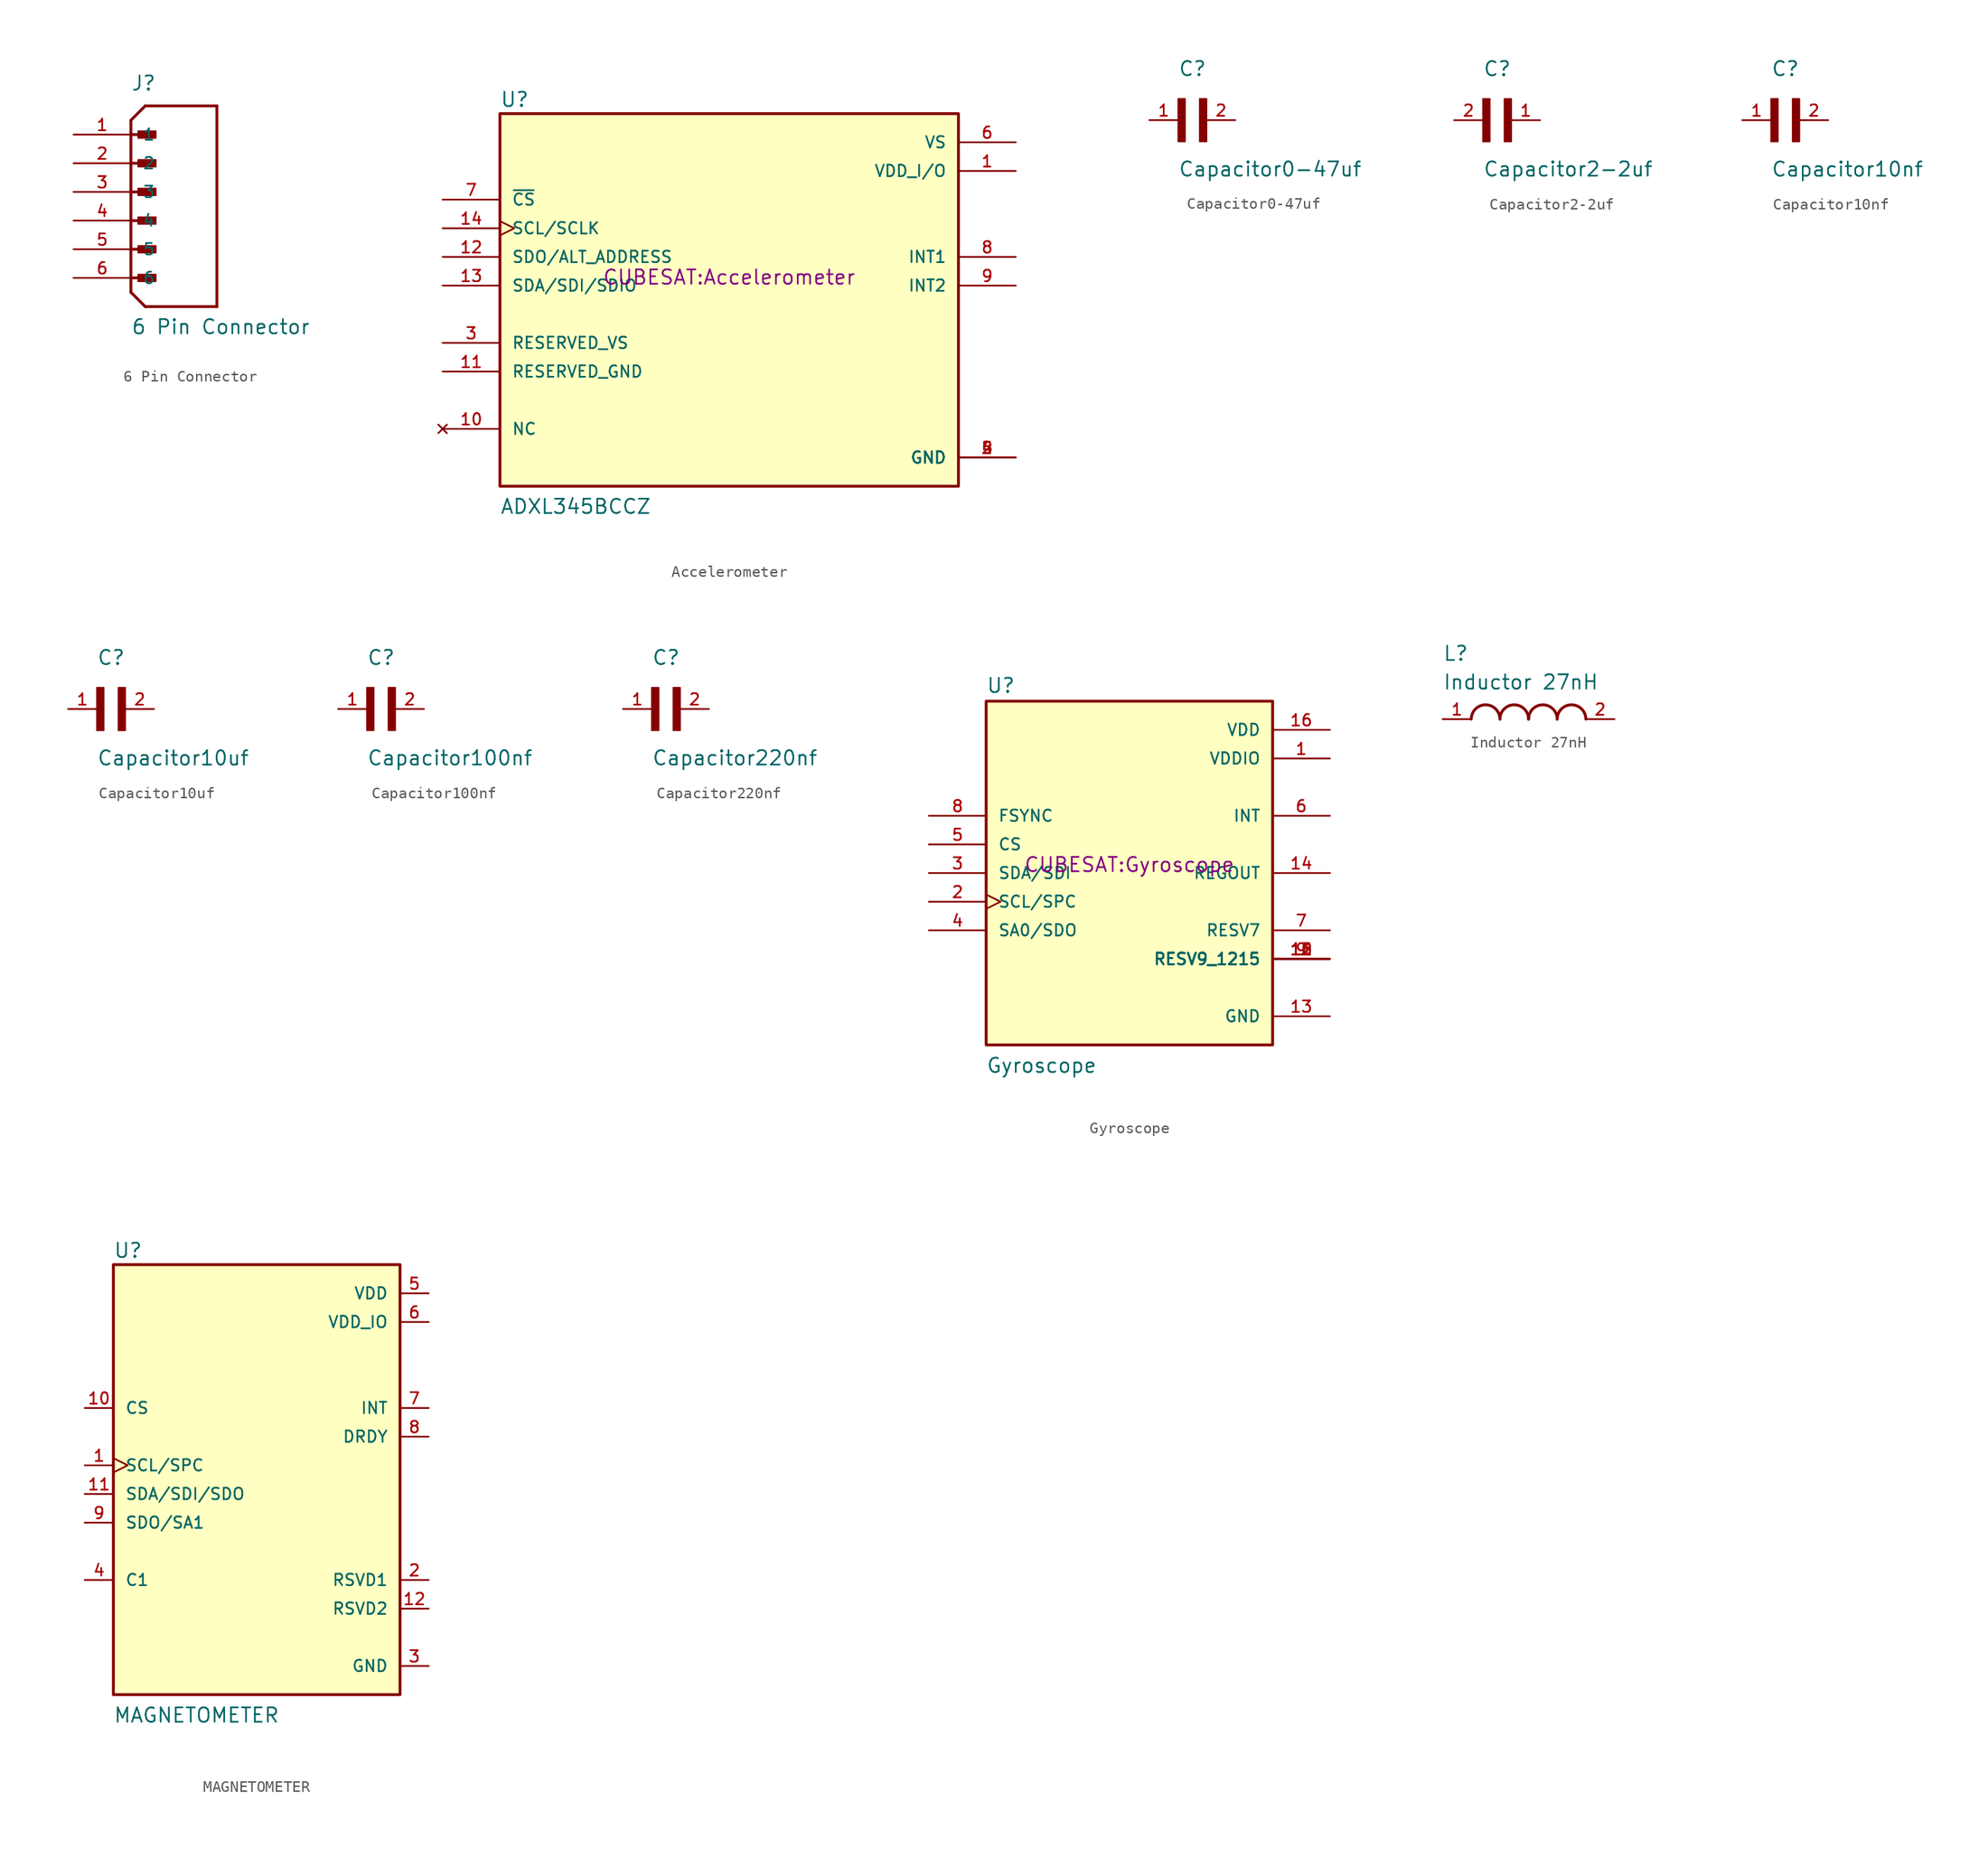
<source format=kicad_sym>
(kicad_symbol_lib
  (version 20220914)
  (generator kicad_symbol_editor)
  (symbol "6 Pin Connector"
    (pin_names
      (offset 1.016))
    (property "Reference" "J"
      (at 0 11.43 0)
      (effects (font (size 1.27 1.27)) (justify left bottom)))
    (property "Value" "6 Pin Connector"
      (at 0 -10.16 0)
      (effects (font (size 1.27 1.27)) (justify left bottom)))
    (symbol "6 Pin Connector_0_0"
      (polyline (pts (xy 0 -6.35) (xy 1.27 -7.62)) (stroke (width 0.254) (type default)) (fill (type none)))
      (polyline (pts (xy 0 -5.08) (xy 1.905 -5.08)) (stroke (width 0.254) (type default)) (fill (type none)))
      (polyline (pts (xy 0 -2.54) (xy 1.905 -2.54)) (stroke (width 0.254) (type default)) (fill (type none)))
      (polyline (pts (xy 0 0) (xy 1.905 0)) (stroke (width 0.254) (type default)) (fill (type none)))
      (polyline (pts (xy 0 2.54) (xy 1.905 2.54)) (stroke (width 0.254) (type default)) (fill (type none)))
      (polyline (pts (xy 0 5.08) (xy 1.905 5.08)) (stroke (width 0.254) (type default)) (fill (type none)))
      (polyline (pts (xy 0 7.62) (xy 1.905 7.62)) (stroke (width 0.254) (type default)) (fill (type none)))
      (polyline (pts (xy 0 8.89) (xy 0 -6.35)) (stroke (width 0.254) (type default)) (fill (type none)))
      (polyline (pts (xy 0 8.89) (xy 1.27 10.16)) (stroke (width 0.254) (type default)) (fill (type none)))
      (polyline (pts (xy 1.27 -7.62) (xy 7.62 -7.62)) (stroke (width 0.254) (type default)) (fill (type none)))
      (polyline (pts (xy 7.62 -7.62) (xy 7.62 10.16)) (stroke (width 0.254) (type default)) (fill (type none)))
      (polyline (pts (xy 7.62 10.16) (xy 1.27 10.16)) (stroke (width 0.254) (type default)) (fill (type none)))
      (rectangle (start 0.635 -5.397) (end 2.223 -4.763) (stroke (width 0.1) (type default)) (fill (type outline)))
      (rectangle (start 0.635 -2.857) (end 2.223 -2.223) (stroke (width 0.1) (type default)) (fill (type outline)))
      (rectangle (start 0.635 -0.318) (end 2.223 0.318) (stroke (width 0.1) (type default)) (fill (type outline)))
      (rectangle (start 0.635 2.223) (end 2.223 2.857) (stroke (width 0.1) (type default)) (fill (type outline)))
      (rectangle (start 0.635 4.763) (end 2.223 5.397) (stroke (width 0.1) (type default)) (fill (type outline)))
      (rectangle (start 0.635 7.303) (end 2.223 7.938) (stroke (width 0.1) (type default)) (fill (type outline)))
      (pin passive line (at -5.08 7.62 0) (length 5.08) (name "1" (effects (font (size 1.016 1.016)))) (number "1" (effects (font (size 1.016 1.016)))))
      (pin passive line (at -5.08 5.08 0) (length 5.08) (name "2" (effects (font (size 1.016 1.016)))) (number "2" (effects (font (size 1.016 1.016)))))
      (pin passive line (at -5.08 2.54 0) (length 5.08) (name "3" (effects (font (size 1.016 1.016)))) (number "3" (effects (font (size 1.016 1.016)))))
      (pin passive line (at -5.08 0 0) (length 5.08) (name "4" (effects (font (size 1.016 1.016)))) (number "4" (effects (font (size 1.016 1.016)))))
      (pin passive line (at -5.08 -2.54 0) (length 5.08) (name "5" (effects (font (size 1.016 1.016)))) (number "5" (effects (font (size 1.016 1.016)))))
      (pin passive line (at -5.08 -5.08 0) (length 5.08) (name "6" (effects (font (size 1.016 1.016)))) (number "6" (effects (font (size 1.016 1.016)))))))
  (symbol "Accelerometer"
    (pin_names
      (offset 1.016))
    (property "Reference" "U"
      (at -20.32 15.748 0)
      (effects (font (size 1.27 1.27)) (justify left bottom)))
    (property "Value" "ADXL345BCCZ"
      (at -20.32 -20.32 0)
      (effects (font (size 1.27 1.27)) (justify left bottom)))
    (property "Footprint" "CUBESAT:Accelerometer"
      (at 0 0 0)
      (effects (font (size 1.27 1.27)) (justify bottom)))
    (symbol "Accelerometer_0_0"
      (rectangle (start -20.32 15.24) (end 20.32 -17.78) (stroke (width 0.254) (type default)) (fill (type background)))
      (pin power_in line (at 25.4 10.16 180) (length 5.08) (name "VDD_I/O" (effects (font (size 1.016 1.016)))) (number "1" (effects (font (size 1.016 1.016)))))
      (pin no_connect line (at -25.4 -12.7 0) (length 5.08) (name "NC" (effects (font (size 1.016 1.016)))) (number "10" (effects (font (size 1.016 1.016)))))
      (pin passive line (at -25.4 -7.62 0) (length 5.08) (name "RESERVED_GND" (effects (font (size 1.016 1.016)))) (number "11" (effects (font (size 1.016 1.016)))))
      (pin bidirectional line (at -25.4 2.54 0) (length 5.08) (name "SDO/ALT_ADDRESS" (effects (font (size 1.016 1.016)))) (number "12" (effects (font (size 1.016 1.016)))))
      (pin bidirectional line (at -25.4 0 0) (length 5.08) (name "SDA/SDI/SDIO" (effects (font (size 1.016 1.016)))) (number "13" (effects (font (size 1.016 1.016)))))
      (pin input clock (at -25.4 5.08 0) (length 5.08) (name "SCL/SCLK" (effects (font (size 1.016 1.016)))) (number "14" (effects (font (size 1.016 1.016)))))
      (pin power_in line (at 25.4 -15.24 180) (length 5.08) (name "GND" (effects (font (size 1.016 1.016)))) (number "2" (effects (font (size 1.016 1.016)))))
      (pin passive line (at -25.4 -5.08 0) (length 5.08) (name "RESERVED_VS" (effects (font (size 1.016 1.016)))) (number "3" (effects (font (size 1.016 1.016)))))
      (pin power_in line (at 25.4 -15.24 180) (length 5.08) (name "GND" (effects (font (size 1.016 1.016)))) (number "4" (effects (font (size 1.016 1.016)))))
      (pin power_in line (at 25.4 -15.24 180) (length 5.08) (name "GND" (effects (font (size 1.016 1.016)))) (number "5" (effects (font (size 1.016 1.016)))))
      (pin power_in line (at 25.4 12.7 180) (length 5.08) (name "VS" (effects (font (size 1.016 1.016)))) (number "6" (effects (font (size 1.016 1.016)))))
      (pin input line (at -25.4 7.62 0) (length 5.08) (name "~{CS}" (effects (font (size 1.016 1.016)))) (number "7" (effects (font (size 1.016 1.016)))))
      (pin output line (at 25.4 2.54 180) (length 5.08) (name "INT1" (effects (font (size 1.016 1.016)))) (number "8" (effects (font (size 1.016 1.016)))))
      (pin output line (at 25.4 0 180) (length 5.08) (name "INT2" (effects (font (size 1.016 1.016)))) (number "9" (effects (font (size 1.016 1.016)))))))
  (symbol "Capacitor0-47uf"
    (pin_names
      (offset 1.016))
    (property "Reference" "C"
      (at 0 3.811 0)
      (effects (font (size 1.27 1.27)) (justify left bottom)))
    (property "Value" "Capacitor0-47uf"
      (at 0 -5.088 0)
      (effects (font (size 1.27 1.27)) (justify left bottom)))
    (symbol "Capacitor0-47uf_0_0"
      (rectangle (start 0 -1.907) (end 0.635 1.905) (stroke (width 0.1) (type default)) (fill (type outline)))
      (rectangle (start 1.907 -1.907) (end 2.54 1.905) (stroke (width 0.1) (type default)) (fill (type outline)))
      (pin passive line (at -2.54 0 0) (length 2.54) (name "~" (effects (font (size 1.016 1.016)))) (number "1" (effects (font (size 1.016 1.016)))))
      (pin passive line (at 5.08 0 180) (length 2.54) (name "~" (effects (font (size 1.016 1.016)))) (number "2" (effects (font (size 1.016 1.016)))))))
  (symbol "Capacitor2-2uf"
    (pin_names
      (offset 1.016))
    (property "Reference" "C"
      (at 0 3.81 0)
      (effects (font (size 1.27 1.27)) (justify left bottom)))
    (property "Value" "Capacitor2-2uf"
      (at 0 -5.08 0)
      (effects (font (size 1.27 1.27)) (justify left bottom)))
    (symbol "Capacitor2-2uf_0_0"
      (rectangle (start 0 1.905) (end 0.635 -1.905) (stroke (width 0.1) (type default)) (fill (type outline)))
      (rectangle (start 1.905 -1.905) (end 2.54 1.905) (stroke (width 0.1) (type default)) (fill (type outline)))
      (pin passive line (at 5.08 0 180) (length 2.54) (name "~" (effects (font (size 1.016 1.016)))) (number "1" (effects (font (size 1.016 1.016)))))
      (pin passive line (at -2.54 0 0) (length 2.54) (name "~" (effects (font (size 1.016 1.016)))) (number "2" (effects (font (size 1.016 1.016)))))))
  (symbol "Capacitor10nf"
    (pin_names
      (offset 1.016))
    (property "Reference" "C"
      (at 0 3.811 0)
      (effects (font (size 1.27 1.27)) (justify left bottom)))
    (property "Value" "Capacitor10nf"
      (at 0 -5.088 0)
      (effects (font (size 1.27 1.27)) (justify left bottom)))
    (symbol "Capacitor10nf_0_0"
      (rectangle (start 0 -1.907) (end 0.635 1.905) (stroke (width 0.1) (type default)) (fill (type outline)))
      (rectangle (start 1.907 -1.907) (end 2.54 1.905) (stroke (width 0.1) (type default)) (fill (type outline)))
      (pin passive line (at -2.54 0 0) (length 2.54) (name "~" (effects (font (size 1.016 1.016)))) (number "1" (effects (font (size 1.016 1.016)))))
      (pin passive line (at 5.08 0 180) (length 2.54) (name "~" (effects (font (size 1.016 1.016)))) (number "2" (effects (font (size 1.016 1.016)))))))
  (symbol "Capacitor10uf"
    (pin_names
      (offset 1.016))
    (property "Reference" "C"
      (at 0 3.811 0)
      (effects (font (size 1.27 1.27)) (justify left bottom)))
    (property "Value" "Capacitor10uf"
      (at 0 -5.088 0)
      (effects (font (size 1.27 1.27)) (justify left bottom)))
    (symbol "Capacitor10uf_0_0"
      (rectangle (start 0 -1.907) (end 0.635 1.905) (stroke (width 0.1) (type default)) (fill (type outline)))
      (rectangle (start 1.907 -1.907) (end 2.54 1.905) (stroke (width 0.1) (type default)) (fill (type outline)))
      (pin passive line (at -2.54 0 0) (length 2.54) (name "~" (effects (font (size 1.016 1.016)))) (number "1" (effects (font (size 1.016 1.016)))))
      (pin passive line (at 5.08 0 180) (length 2.54) (name "~" (effects (font (size 1.016 1.016)))) (number "2" (effects (font (size 1.016 1.016)))))))
  (symbol "Capacitor100nf"
    (pin_names
      (offset 1.016))
    (property "Reference" "C"
      (at 0 3.811 0)
      (effects (font (size 1.27 1.27)) (justify left bottom)))
    (property "Value" "Capacitor100nf"
      (at 0 -5.088 0)
      (effects (font (size 1.27 1.27)) (justify left bottom)))
    (symbol "Capacitor100nf_0_0"
      (rectangle (start 0 -1.907) (end 0.635 1.905) (stroke (width 0.1) (type default)) (fill (type outline)))
      (rectangle (start 1.907 -1.907) (end 2.54 1.905) (stroke (width 0.1) (type default)) (fill (type outline)))
      (pin passive line (at -2.54 0 0) (length 2.54) (name "~" (effects (font (size 1.016 1.016)))) (number "1" (effects (font (size 1.016 1.016)))))
      (pin passive line (at 5.08 0 180) (length 2.54) (name "~" (effects (font (size 1.016 1.016)))) (number "2" (effects (font (size 1.016 1.016)))))))
  (symbol "Capacitor220nf"
    (pin_names
      (offset 1.016))
    (property "Reference" "C"
      (at 0 3.811 0)
      (effects (font (size 1.27 1.27)) (justify left bottom)))
    (property "Value" "Capacitor220nf"
      (at 0 -5.088 0)
      (effects (font (size 1.27 1.27)) (justify left bottom)))
    (symbol "Capacitor220nf_0_0"
      (rectangle (start 0 -1.907) (end 0.635 1.905) (stroke (width 0.1) (type default)) (fill (type outline)))
      (rectangle (start 1.907 -1.907) (end 2.54 1.905) (stroke (width 0.1) (type default)) (fill (type outline)))
      (pin passive line (at -2.54 0 0) (length 2.54) (name "~" (effects (font (size 1.016 1.016)))) (number "1" (effects (font (size 1.016 1.016)))))
      (pin passive line (at 5.08 0 180) (length 2.54) (name "~" (effects (font (size 1.016 1.016)))) (number "2" (effects (font (size 1.016 1.016)))))))
  (symbol "Gyroscope"
    (pin_names
      (offset 1.016))
    (property "Reference" "U"
      (at -12.709 15.886 0)
      (effects (font (size 1.27 1.27)) (justify left bottom)))
    (property "Value" "Gyroscope"
      (at -12.72 -17.808 0)
      (effects (font (size 1.27 1.27)) (justify left bottom)))
    (property "Footprint" "CUBESAT:Gyroscope"
      (at 0 0 0)
      (effects (font (size 1.27 1.27)) (justify bottom)))
    (symbol "Gyroscope_0_0"
      (rectangle (start -12.7 -15.24) (end 12.7 15.24) (stroke (width 0.254) (type default)) (fill (type background)))
      (pin power_in line (at 17.78 10.16 180) (length 5.08) (name "VDDIO" (effects (font (size 1.016 1.016)))) (number "1" (effects (font (size 1.016 1.016)))))
      (pin passive line (at 17.78 -7.62 180) (length 5.08) (name "RESV9_1215" (effects (font (size 1.016 1.016)))) (number "10" (effects (font (size 1.016 1.016)))))
      (pin passive line (at 17.78 -7.62 180) (length 5.08) (name "RESV9_1215" (effects (font (size 1.016 1.016)))) (number "11" (effects (font (size 1.016 1.016)))))
      (pin passive line (at 17.78 -7.62 180) (length 5.08) (name "RESV9_1215" (effects (font (size 1.016 1.016)))) (number "12" (effects (font (size 1.016 1.016)))))
      (pin power_in line (at 17.78 -12.7 180) (length 5.08) (name "GND" (effects (font (size 1.016 1.016)))) (number "13" (effects (font (size 1.016 1.016)))))
      (pin passive line (at 17.78 0 180) (length 5.08) (name "REGOUT" (effects (font (size 1.016 1.016)))) (number "14" (effects (font (size 1.016 1.016)))))
      (pin passive line (at 17.78 -7.62 180) (length 5.08) (name "RESV9_1215" (effects (font (size 1.016 1.016)))) (number "15" (effects (font (size 1.016 1.016)))))
      (pin power_in line (at 17.78 12.7 180) (length 5.08) (name "VDD" (effects (font (size 1.016 1.016)))) (number "16" (effects (font (size 1.016 1.016)))))
      (pin bidirectional clock (at -17.78 -2.54 0) (length 5.08) (name "SCL/SPC" (effects (font (size 1.016 1.016)))) (number "2" (effects (font (size 1.016 1.016)))))
      (pin input line (at -17.78 0 0) (length 5.08) (name "SDA/SDI" (effects (font (size 1.016 1.016)))) (number "3" (effects (font (size 1.016 1.016)))))
      (pin output line (at -17.78 -5.08 0) (length 5.08) (name "SA0/SDO" (effects (font (size 1.016 1.016)))) (number "4" (effects (font (size 1.016 1.016)))))
      (pin input line (at -17.78 2.54 0) (length 5.08) (name "CS" (effects (font (size 1.016 1.016)))) (number "5" (effects (font (size 1.016 1.016)))))
      (pin output line (at 17.78 5.08 180) (length 5.08) (name "INT" (effects (font (size 1.016 1.016)))) (number "6" (effects (font (size 1.016 1.016)))))
      (pin passive line (at 17.78 -5.08 180) (length 5.08) (name "RESV7" (effects (font (size 1.016 1.016)))) (number "7" (effects (font (size 1.016 1.016)))))
      (pin input line (at -17.78 5.08 0) (length 5.08) (name "FSYNC" (effects (font (size 1.016 1.016)))) (number "8" (effects (font (size 1.016 1.016)))))
      (pin passive line (at 17.78 -7.62 180) (length 5.08) (name "RESV9_1215" (effects (font (size 1.016 1.016)))) (number "9" (effects (font (size 1.016 1.016)))))))
  (symbol "Inductor 27nH"
    (pin_names
      (offset 1.016))
    (property "Reference" "L"
      (at -7.62 5.08 0)
      (effects (font (size 1.27 1.27)) (justify left bottom)))
    (property "Value" "Inductor 27nH"
      (at -7.62 2.54 0)
      (effects (font (size 1.27 1.27)) (justify left bottom)))
    (symbol "Inductor 27nH_0_0"
      (arc (start -2.54 0) (mid -3.81 1.2645) (end -5.08 0) (stroke (width 0.254) (type default)) (fill (type none)))
      (arc (start 0 0) (mid -1.27 1.2645) (end -2.54 0) (stroke (width 0.254) (type default)) (fill (type none)))
      (arc (start 2.54 0) (mid 1.27 1.2645) (end 0 0) (stroke (width 0.254) (type default)) (fill (type none)))
      (arc (start 5.08 0) (mid 3.81 1.2645) (end 2.54 0) (stroke (width 0.254) (type default)) (fill (type none)))
      (pin passive line (at -7.62 0 0) (length 2.54) (name "~" (effects (font (size 1.016 1.016)))) (number "1" (effects (font (size 1.016 1.016)))))
      (pin passive line (at 7.62 0 180) (length 2.54) (name "~" (effects (font (size 1.016 1.016)))) (number "2" (effects (font (size 1.016 1.016)))))))
  (symbol "MAGNETOMETER"
    (pin_names
      (offset 1.016))
    (property "Reference" "U"
      (at -12.707 18.295 0)
      (effects (font (size 1.27 1.27)) (justify left bottom)))
    (property "Value" "MAGNETOMETER"
      (at -12.719 -22.883 0)
      (effects (font (size 1.27 1.27)) (justify left bottom)))
    (symbol "MAGNETOMETER_0_0"
      (rectangle (start -12.7 17.78) (end 12.7 -20.32) (stroke (width 0.254) (type default)) (fill (type background)))
      (pin input clock (at -15.24 0 0) (length 2.54) (name "SCL/SPC" (effects (font (size 1.016 1.016)))) (number "1" (effects (font (size 1.016 1.016)))))
      (pin input line (at -15.24 5.08 0) (length 2.54) (name "CS" (effects (font (size 1.016 1.016)))) (number "10" (effects (font (size 1.016 1.016)))))
      (pin bidirectional line (at -15.24 -2.54 0) (length 2.54) (name "SDA/SDI/SDO" (effects (font (size 1.016 1.016)))) (number "11" (effects (font (size 1.016 1.016)))))
      (pin passive line (at 15.24 -12.7 180) (length 2.54) (name "RSVD2" (effects (font (size 1.016 1.016)))) (number "12" (effects (font (size 1.016 1.016)))))
      (pin passive line (at 15.24 -10.16 180) (length 2.54) (name "RSVD1" (effects (font (size 1.016 1.016)))) (number "2" (effects (font (size 1.016 1.016)))))
      (pin power_in line (at 15.24 -17.78 180) (length 2.54) (name "GND" (effects (font (size 1.016 1.016)))) (number "3" (effects (font (size 1.016 1.016)))))
      (pin passive line (at -15.24 -10.16 0) (length 2.54) (name "C1" (effects (font (size 1.016 1.016)))) (number "4" (effects (font (size 1.016 1.016)))))
      (pin power_in line (at 15.24 15.24 180) (length 2.54) (name "VDD" (effects (font (size 1.016 1.016)))) (number "5" (effects (font (size 1.016 1.016)))))
      (pin power_in line (at 15.24 12.7 180) (length 2.54) (name "VDD_IO" (effects (font (size 1.016 1.016)))) (number "6" (effects (font (size 1.016 1.016)))))
      (pin output line (at 15.24 5.08 180) (length 2.54) (name "INT" (effects (font (size 1.016 1.016)))) (number "7" (effects (font (size 1.016 1.016)))))
      (pin output line (at 15.24 2.54 180) (length 2.54) (name "DRDY" (effects (font (size 1.016 1.016)))) (number "8" (effects (font (size 1.016 1.016)))))
      (pin bidirectional line (at -15.24 -5.08 0) (length 2.54) (name "SDO/SA1" (effects (font (size 1.016 1.016)))) (number "9" (effects (font (size 1.016 1.016))))))))
</source>
